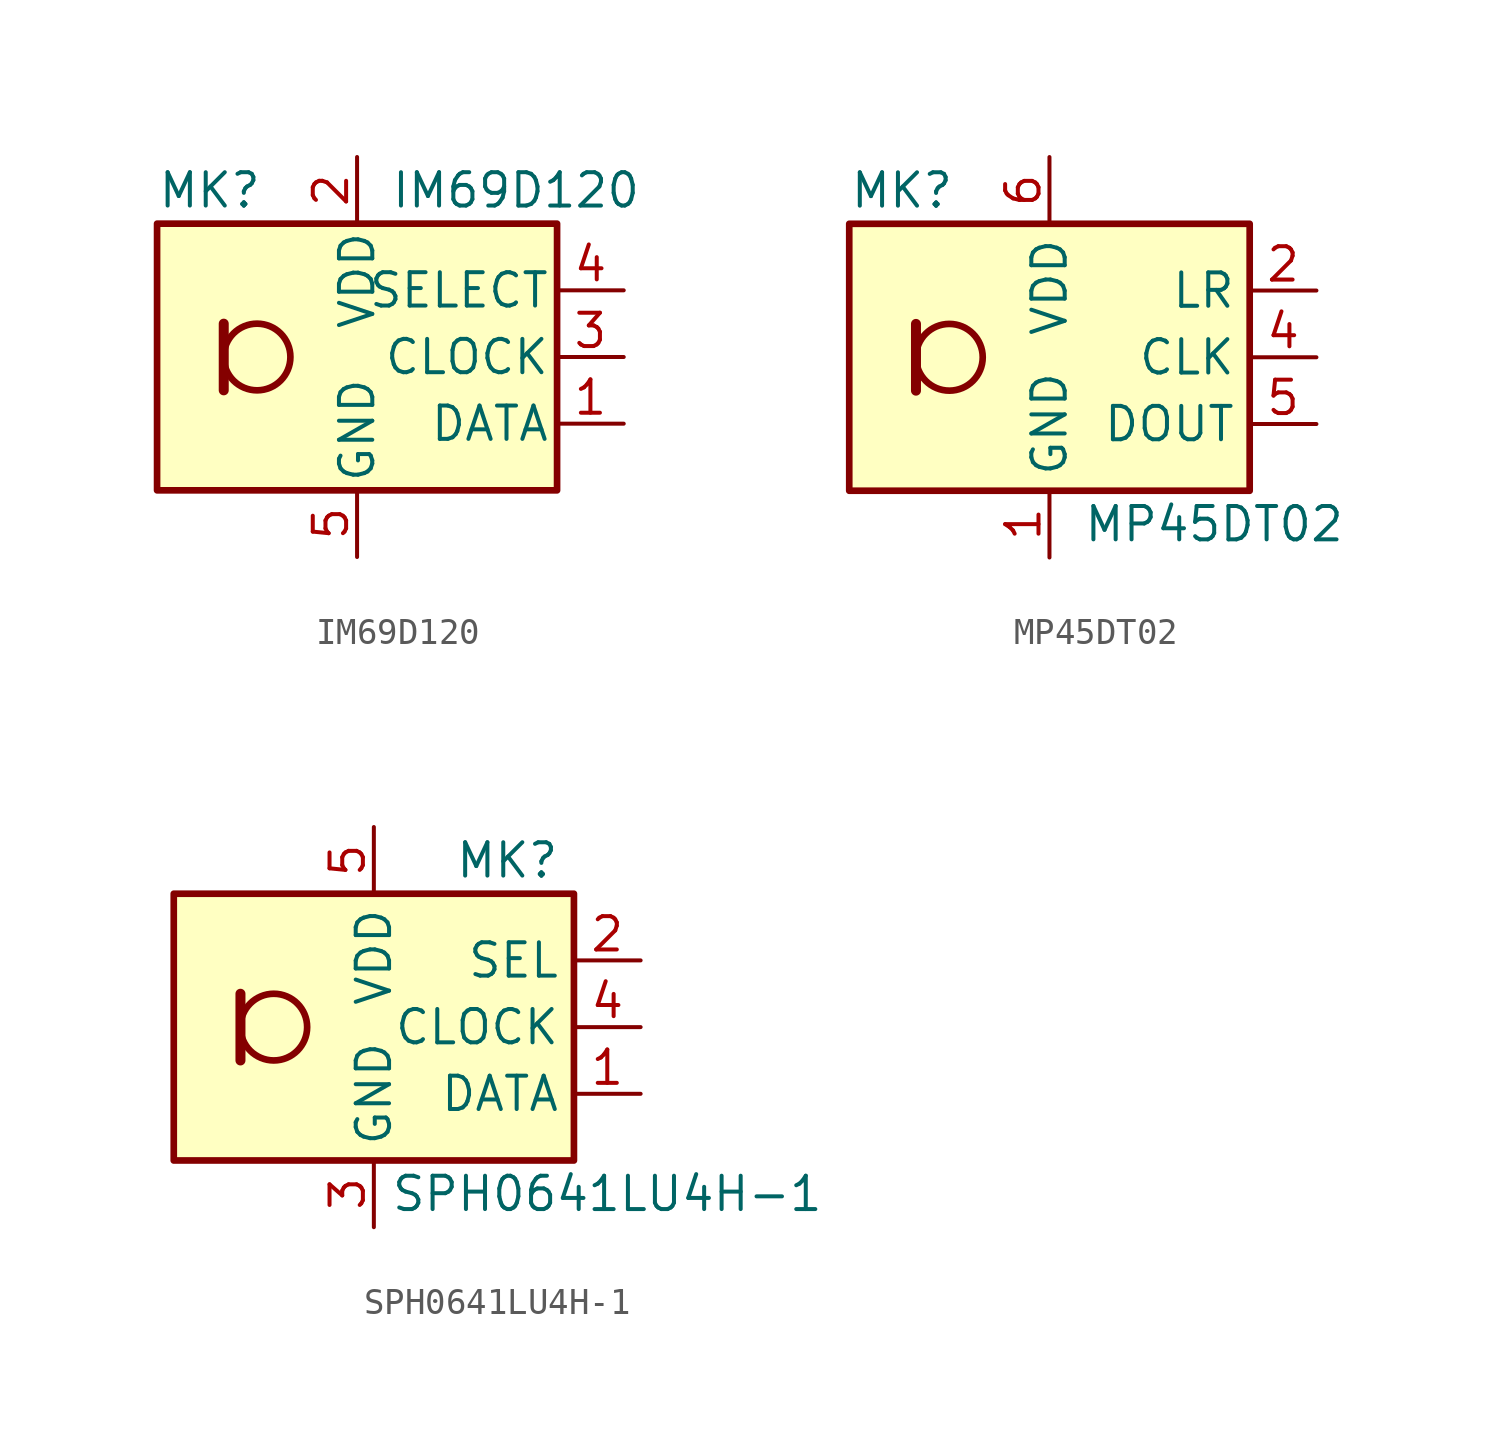
<source format=kicad_sym>
(kicad_symbol_lib
  (version 20211014)
  (generator kicad_symbol_editor)
  (symbol "IM69D120"
    (pin_names
      (offset 0.254))
    (property "Reference" "MK"
      (at -7.62 6.35 0)
      (effects (font (size 1.27 1.27)) (justify left)))
    (property "Value" "IM69D120"
      (at 1.27 6.35 0)
      (effects (font (size 1.27 1.27)) (justify left)))
    (symbol "IM69D120_0_1"
      (rectangle (start -7.62 5.08) (end 7.62 -5.08) (stroke (width 0.254) (type default) (color 0 0 0 0)) (fill (type background)))
      (circle (center -3.81 0) (radius 1.27) (stroke (width 0.254) (type default) (color 0 0 0 0)) (fill (type none)))
      (polyline (pts (xy -5.08 1.27) (xy -5.08 -1.27)) (stroke (width 0.381) (type default) (color 0 0 0 0)) (fill (type none))))
    (symbol "IM69D120_1_1"
      (pin output line (at 10.16 -2.54 180) (length 2.54) (name "DATA" (effects (font (size 1.27 1.27)))) (number "1" (effects (font (size 1.27 1.27)))))
      (pin power_in line (at 0 7.62 270) (length 2.54) (name "VDD" (effects (font (size 1.27 1.27)))) (number "2" (effects (font (size 1.27 1.27)))))
      (pin input line (at 10.16 0 180) (length 2.54) (name "CLOCK" (effects (font (size 1.27 1.27)))) (number "3" (effects (font (size 1.27 1.27)))))
      (pin input line (at 10.16 2.54 180) (length 2.54) (name "SELECT" (effects (font (size 1.27 1.27)))) (number "4" (effects (font (size 1.27 1.27)))))
      (pin power_in line (at 0 -7.62 90) (length 2.54) (name "GND" (effects (font (size 1.27 1.27)))) (number "5" (effects (font (size 1.27 1.27)))))))
  (symbol "MP45DT02"
    (property "Reference" "MK"
      (at -7.62 6.35 0)
      (effects (font (size 1.27 1.27)) (justify left)))
    (property "Value" "MP45DT02"
      (at 1.27 -6.35 0)
      (effects (font (size 1.27 1.27)) (justify left)))
    (symbol "MP45DT02_0_1"
      (rectangle (start -7.62 5.08) (end 7.62 -5.08) (stroke (width 0.254) (type default) (color 0 0 0 0)) (fill (type background)))
      (circle (center -3.81 0) (radius 1.27) (stroke (width 0.254) (type default) (color 0 0 0 0)) (fill (type none)))
      (polyline (pts (xy -5.08 1.27) (xy -5.08 -1.27)) (stroke (width 0.381) (type default) (color 0 0 0 0)) (fill (type none))))
    (symbol "MP45DT02_1_1"
      (pin power_in line (at 0 -7.62 90) (length 2.54) (name "GND" (effects (font (size 1.27 1.27)))) (number "1" (effects (font (size 1.27 1.27)))))
      (pin input line (at 10.16 2.54 180) (length 2.54) (name "LR" (effects (font (size 1.27 1.27)))) (number "2" (effects (font (size 1.27 1.27)))))
      (pin passive line (at 0 -7.62 90) (length 2.54) hide (name "GND" (effects (font (size 1.27 1.27)))) (number "3" (effects (font (size 1.27 1.27)))))
      (pin input line (at 10.16 0 180) (length 2.54) (name "CLK" (effects (font (size 1.27 1.27)))) (number "4" (effects (font (size 1.27 1.27)))))
      (pin output line (at 10.16 -2.54 180) (length 2.54) (name "DOUT" (effects (font (size 1.27 1.27)))) (number "5" (effects (font (size 1.27 1.27)))))
      (pin power_in line (at 0 7.62 270) (length 2.54) (name "VDD" (effects (font (size 1.27 1.27)))) (number "6" (effects (font (size 1.27 1.27)))))))
  (symbol "SPH0641LU4H-1"
    (property "Reference" "MK"
      (at 5.08 6.35 0)
      (effects (font (size 1.27 1.27))))
    (property "Value" "SPH0641LU4H-1"
      (at 8.89 -6.35 0)
      (effects (font (size 1.27 1.27))))
    (symbol "SPH0641LU4H-1_1_1"
      (rectangle (start -7.62 5.08) (end 7.62 -5.08) (stroke (width 0.254) (type default) (color 0 0 0 0)) (fill (type background)))
      (circle (center -3.81 0) (radius 1.27) (stroke (width 0.254) (type default) (color 0 0 0 0)) (fill (type none)))
      (polyline (pts (xy -5.08 1.27) (xy -5.08 -1.27)) (stroke (width 0.381) (type default) (color 0 0 0 0)) (fill (type none)))
      (pin output line (at 10.16 -2.54 180) (length 2.54) (name "DATA" (effects (font (size 1.27 1.27)))) (number "1" (effects (font (size 1.27 1.27)))))
      (pin input line (at 10.16 2.54 180) (length 2.54) (name "SEL" (effects (font (size 1.27 1.27)))) (number "2" (effects (font (size 1.27 1.27)))))
      (pin power_in line (at 0 -7.62 90) (length 2.54) (name "GND" (effects (font (size 1.27 1.27)))) (number "3" (effects (font (size 1.27 1.27)))))
      (pin input line (at 10.16 0 180) (length 2.54) (name "CLOCK" (effects (font (size 1.27 1.27)))) (number "4" (effects (font (size 1.27 1.27)))))
      (pin power_in line (at 0 7.62 270) (length 2.54) (name "VDD" (effects (font (size 1.27 1.27)))) (number "5" (effects (font (size 1.27 1.27))))))))
</source>
